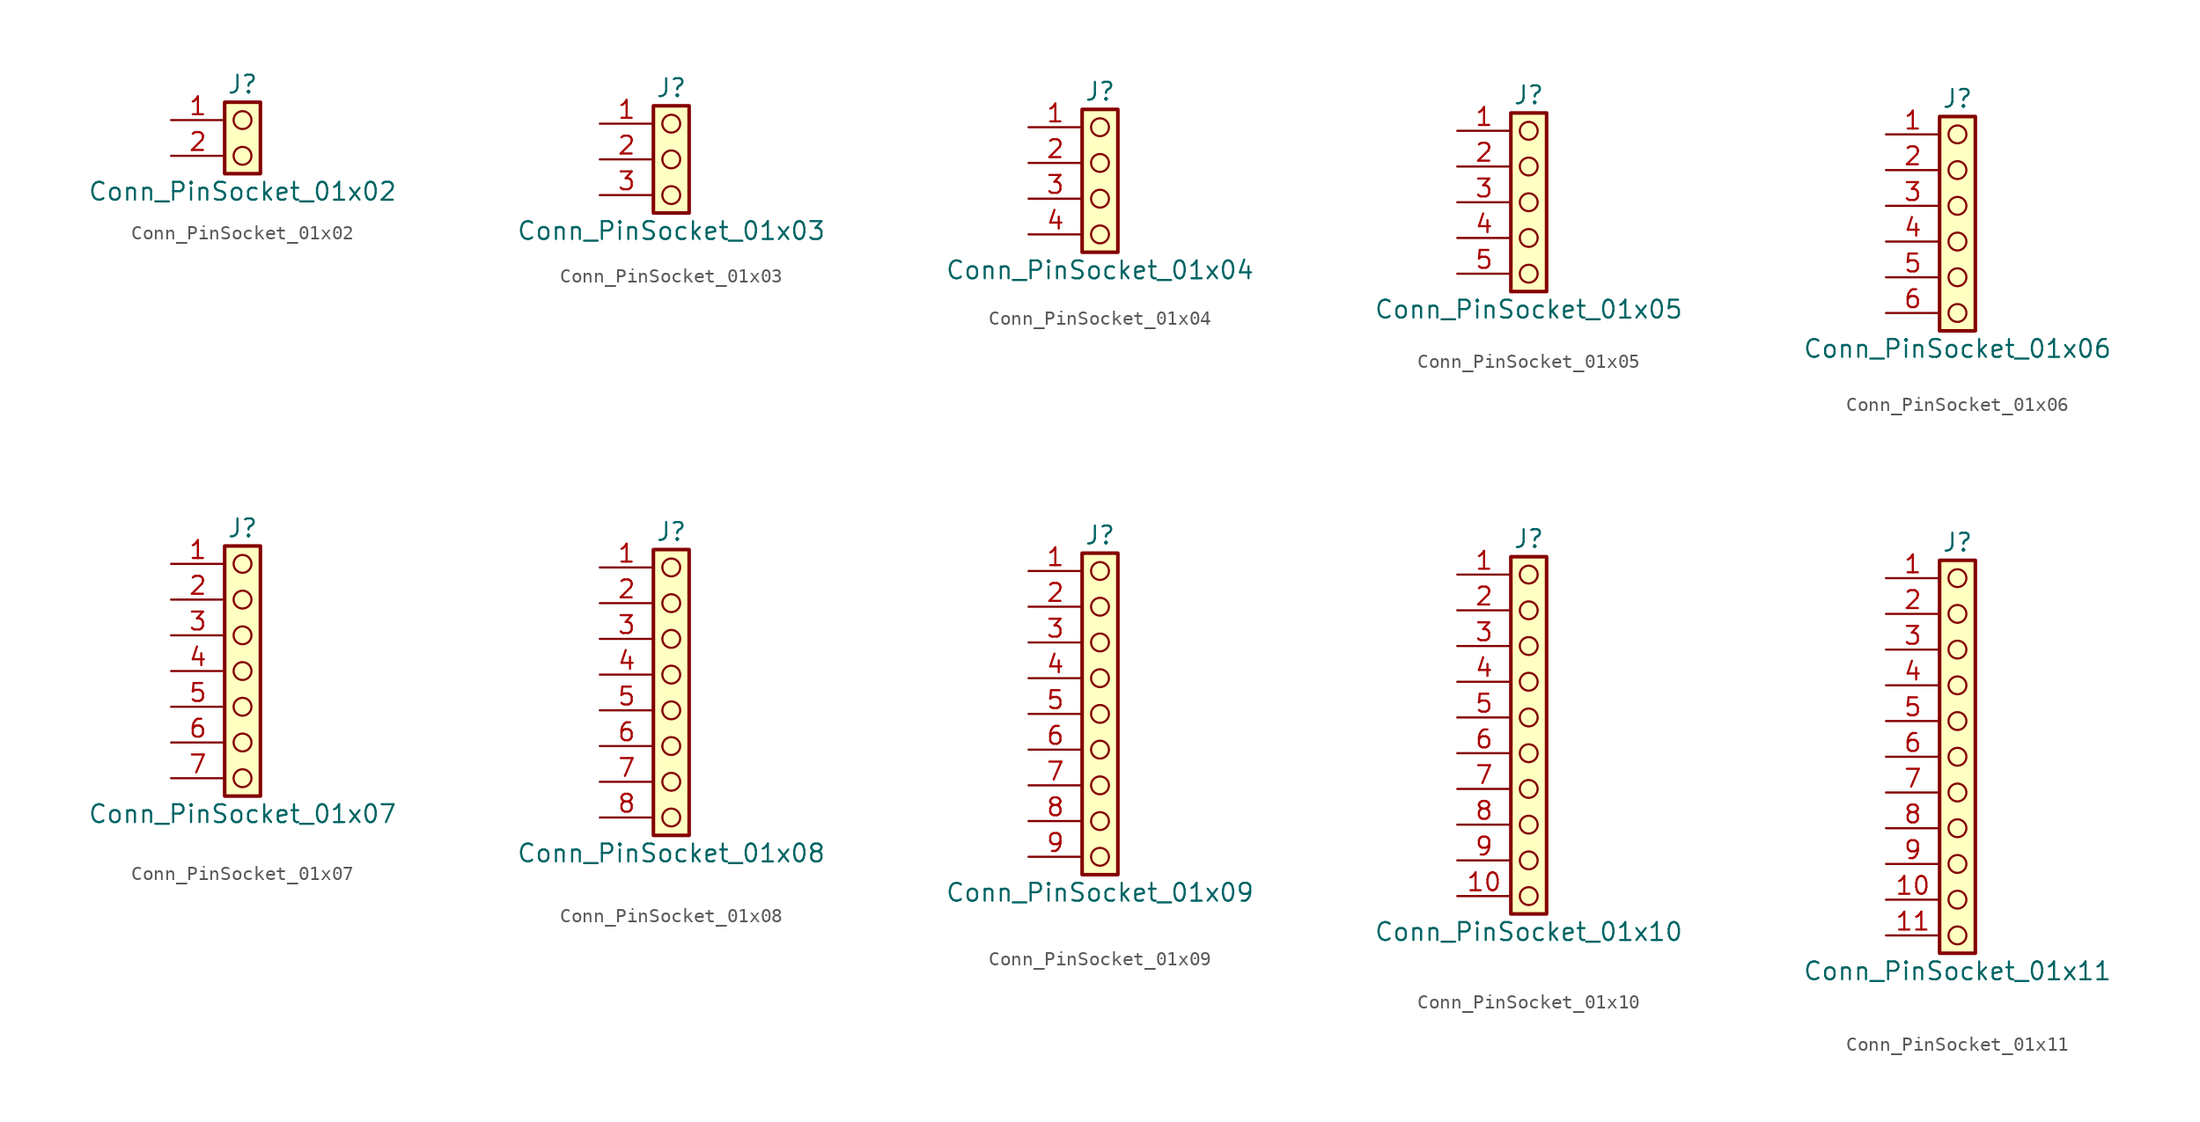
<source format=kicad_sym>
(kicad_symbol_lib
  (version 20241209)
  (generator "kicad_symbol_editor")
  (generator_version "9.0")
  (symbol "Conn_PinSocket_01x02"
    (pin_names
      (offset 1.016)
      (hide yes))
    (property "Reference" "J"
      (at 0 2.54 0)
      (effects (font (size 1.27 1.27))))
    (property "Value" "Conn_PinSocket_01x02"
      (at 0 -5.08 0)
      (effects (font (size 1.27 1.27))))
    (symbol "Conn_PinSocket_01x02_1_1"
      (rectangle (start -1.27 1.27) (end 1.27 -3.81) (stroke (width 0.254) (type default)) (fill (type background)))
      (circle (center 0 0) (radius 0.635) (stroke (width 0) (type solid) (color 132 0 0 1)) (fill (type none)))
      (circle (center 0 -2.54) (radius 0.635) (stroke (width 0) (type solid) (color 132 0 0 1)) (fill (type none)))
      (pin passive line (at -5.08 0 0) (length 3.81) (name "Pin_1" (effects (font (size 1.27 1.27)))) (number "1" (effects (font (size 1.27 1.27)))))
      (pin passive line (at -5.08 -2.54 0) (length 3.81) (name "Pin_2" (effects (font (size 1.27 1.27)))) (number "2" (effects (font (size 1.27 1.27)))))))
  (symbol "Conn_PinSocket_01x03"
    (pin_names
      (offset 1.016)
      (hide yes))
    (property "Reference" "J"
      (at 0 5.08 0)
      (effects (font (size 1.27 1.27))))
    (property "Value" "Conn_PinSocket_01x03"
      (at 0 -5.08 0)
      (effects (font (size 1.27 1.27))))
    (symbol "Conn_PinSocket_01x03_1_1"
      (rectangle (start -1.27 3.81) (end 1.27 -3.81) (stroke (width 0.254) (type default)) (fill (type background)))
      (circle (center 0 2.54) (radius 0.635) (stroke (width 0) (type solid) (color 132 0 0 1)) (fill (type none)))
      (circle (center 0 0) (radius 0.635) (stroke (width 0) (type solid) (color 132 0 0 1)) (fill (type none)))
      (circle (center 0 -2.54) (radius 0.635) (stroke (width 0) (type solid) (color 132 0 0 1)) (fill (type none)))
      (pin passive line (at -5.08 2.54 0) (length 3.81) (name "Pin_1" (effects (font (size 1.27 1.27)))) (number "1" (effects (font (size 1.27 1.27)))))
      (pin passive line (at -5.08 0 0) (length 3.81) (name "Pin_2" (effects (font (size 1.27 1.27)))) (number "2" (effects (font (size 1.27 1.27)))))
      (pin passive line (at -5.08 -2.54 0) (length 3.81) (name "Pin_3" (effects (font (size 1.27 1.27)))) (number "3" (effects (font (size 1.27 1.27)))))))
  (symbol "Conn_PinSocket_01x04"
    (pin_names
      (offset 1.016)
      (hide yes))
    (property "Reference" "J"
      (at 0 5.08 0)
      (effects (font (size 1.27 1.27))))
    (property "Value" "Conn_PinSocket_01x04"
      (at 0 -7.62 0)
      (effects (font (size 1.27 1.27))))
    (symbol "Conn_PinSocket_01x04_1_1"
      (rectangle (start -1.27 3.81) (end 1.27 -6.35) (stroke (width 0.254) (type default)) (fill (type background)))
      (circle (center 0 2.54) (radius 0.635) (stroke (width 0) (type solid) (color 132 0 0 1)) (fill (type none)))
      (circle (center 0 0) (radius 0.635) (stroke (width 0) (type solid) (color 132 0 0 1)) (fill (type none)))
      (circle (center 0 -2.54) (radius 0.635) (stroke (width 0) (type solid) (color 132 0 0 1)) (fill (type none)))
      (circle (center 0 -5.08) (radius 0.635) (stroke (width 0) (type solid) (color 132 0 0 1)) (fill (type none)))
      (pin passive line (at -5.08 2.54 0) (length 3.81) (name "Pin_1" (effects (font (size 1.27 1.27)))) (number "1" (effects (font (size 1.27 1.27)))))
      (pin passive line (at -5.08 0 0) (length 3.81) (name "Pin_2" (effects (font (size 1.27 1.27)))) (number "2" (effects (font (size 1.27 1.27)))))
      (pin passive line (at -5.08 -2.54 0) (length 3.81) (name "Pin_3" (effects (font (size 1.27 1.27)))) (number "3" (effects (font (size 1.27 1.27)))))
      (pin passive line (at -5.08 -5.08 0) (length 3.81) (name "Pin_4" (effects (font (size 1.27 1.27)))) (number "4" (effects (font (size 1.27 1.27)))))))
  (symbol "Conn_PinSocket_01x05"
    (pin_names
      (offset 1.016)
      (hide yes))
    (property "Reference" "J"
      (at 0 7.62 0)
      (effects (font (size 1.27 1.27))))
    (property "Value" "Conn_PinSocket_01x05"
      (at 0 -7.62 0)
      (effects (font (size 1.27 1.27))))
    (symbol "Conn_PinSocket_01x05_1_1"
      (rectangle (start -1.27 6.35) (end 1.27 -6.35) (stroke (width 0.254) (type default)) (fill (type background)))
      (circle (center 0 5.08) (radius 0.635) (stroke (width 0) (type solid) (color 132 0 0 1)) (fill (type none)))
      (circle (center 0 2.54) (radius 0.635) (stroke (width 0) (type solid) (color 132 0 0 1)) (fill (type none)))
      (circle (center 0 0) (radius 0.635) (stroke (width 0) (type solid) (color 132 0 0 1)) (fill (type none)))
      (circle (center 0 -2.54) (radius 0.635) (stroke (width 0) (type solid) (color 132 0 0 1)) (fill (type none)))
      (circle (center 0 -5.08) (radius 0.635) (stroke (width 0) (type solid) (color 132 0 0 1)) (fill (type none)))
      (pin passive line (at -5.08 5.08 0) (length 3.81) (name "Pin_1" (effects (font (size 1.27 1.27)))) (number "1" (effects (font (size 1.27 1.27)))))
      (pin passive line (at -5.08 2.54 0) (length 3.81) (name "Pin_2" (effects (font (size 1.27 1.27)))) (number "2" (effects (font (size 1.27 1.27)))))
      (pin passive line (at -5.08 0 0) (length 3.81) (name "Pin_3" (effects (font (size 1.27 1.27)))) (number "3" (effects (font (size 1.27 1.27)))))
      (pin passive line (at -5.08 -2.54 0) (length 3.81) (name "Pin_4" (effects (font (size 1.27 1.27)))) (number "4" (effects (font (size 1.27 1.27)))))
      (pin passive line (at -5.08 -5.08 0) (length 3.81) (name "Pin_5" (effects (font (size 1.27 1.27)))) (number "5" (effects (font (size 1.27 1.27)))))))
  (symbol "Conn_PinSocket_01x06"
    (pin_names
      (offset 1.016)
      (hide yes))
    (property "Reference" "J"
      (at 0 7.62 0)
      (effects (font (size 1.27 1.27))))
    (property "Value" "Conn_PinSocket_01x06"
      (at 0 -10.16 0)
      (effects (font (size 1.27 1.27))))
    (symbol "Conn_PinSocket_01x06_1_1"
      (rectangle (start -1.27 6.35) (end 1.27 -8.89) (stroke (width 0.254) (type default)) (fill (type background)))
      (circle (center 0 5.08) (radius 0.635) (stroke (width 0) (type solid) (color 132 0 0 1)) (fill (type none)))
      (circle (center 0 2.54) (radius 0.635) (stroke (width 0) (type solid) (color 132 0 0 1)) (fill (type none)))
      (circle (center 0 0) (radius 0.635) (stroke (width 0) (type solid) (color 132 0 0 1)) (fill (type none)))
      (circle (center 0 -2.54) (radius 0.635) (stroke (width 0) (type solid) (color 132 0 0 1)) (fill (type none)))
      (circle (center 0 -5.08) (radius 0.635) (stroke (width 0) (type solid) (color 132 0 0 1)) (fill (type none)))
      (circle (center 0 -7.62) (radius 0.635) (stroke (width 0) (type solid) (color 132 0 0 1)) (fill (type none)))
      (pin passive line (at -5.08 5.08 0) (length 3.81) (name "Pin_1" (effects (font (size 1.27 1.27)))) (number "1" (effects (font (size 1.27 1.27)))))
      (pin passive line (at -5.08 2.54 0) (length 3.81) (name "Pin_2" (effects (font (size 1.27 1.27)))) (number "2" (effects (font (size 1.27 1.27)))))
      (pin passive line (at -5.08 0 0) (length 3.81) (name "Pin_3" (effects (font (size 1.27 1.27)))) (number "3" (effects (font (size 1.27 1.27)))))
      (pin passive line (at -5.08 -2.54 0) (length 3.81) (name "Pin_4" (effects (font (size 1.27 1.27)))) (number "4" (effects (font (size 1.27 1.27)))))
      (pin passive line (at -5.08 -5.08 0) (length 3.81) (name "Pin_5" (effects (font (size 1.27 1.27)))) (number "5" (effects (font (size 1.27 1.27)))))
      (pin passive line (at -5.08 -7.62 0) (length 3.81) (name "Pin_6" (effects (font (size 1.27 1.27)))) (number "6" (effects (font (size 1.27 1.27)))))))
  (symbol "Conn_PinSocket_01x07"
    (pin_names
      (offset 1.016)
      (hide yes))
    (property "Reference" "J"
      (at 0 10.16 0)
      (effects (font (size 1.27 1.27))))
    (property "Value" "Conn_PinSocket_01x07"
      (at 0 -10.16 0)
      (effects (font (size 1.27 1.27))))
    (symbol "Conn_PinSocket_01x07_1_1"
      (rectangle (start -1.27 8.89) (end 1.27 -8.89) (stroke (width 0.254) (type default)) (fill (type background)))
      (circle (center 0 7.62) (radius 0.635) (stroke (width 0) (type solid) (color 132 0 0 1)) (fill (type none)))
      (circle (center 0 5.08) (radius 0.635) (stroke (width 0) (type solid) (color 132 0 0 1)) (fill (type none)))
      (circle (center 0 2.54) (radius 0.635) (stroke (width 0) (type solid) (color 132 0 0 1)) (fill (type none)))
      (circle (center 0 0) (radius 0.635) (stroke (width 0) (type solid) (color 132 0 0 1)) (fill (type none)))
      (circle (center 0 -2.54) (radius 0.635) (stroke (width 0) (type solid) (color 132 0 0 1)) (fill (type none)))
      (circle (center 0 -5.08) (radius 0.635) (stroke (width 0) (type solid) (color 132 0 0 1)) (fill (type none)))
      (circle (center 0 -7.62) (radius 0.635) (stroke (width 0) (type solid) (color 132 0 0 1)) (fill (type none)))
      (pin passive line (at -5.08 7.62 0) (length 3.81) (name "Pin_1" (effects (font (size 1.27 1.27)))) (number "1" (effects (font (size 1.27 1.27)))))
      (pin passive line (at -5.08 5.08 0) (length 3.81) (name "Pin_2" (effects (font (size 1.27 1.27)))) (number "2" (effects (font (size 1.27 1.27)))))
      (pin passive line (at -5.08 2.54 0) (length 3.81) (name "Pin_3" (effects (font (size 1.27 1.27)))) (number "3" (effects (font (size 1.27 1.27)))))
      (pin passive line (at -5.08 0 0) (length 3.81) (name "Pin_4" (effects (font (size 1.27 1.27)))) (number "4" (effects (font (size 1.27 1.27)))))
      (pin passive line (at -5.08 -2.54 0) (length 3.81) (name "Pin_5" (effects (font (size 1.27 1.27)))) (number "5" (effects (font (size 1.27 1.27)))))
      (pin passive line (at -5.08 -5.08 0) (length 3.81) (name "Pin_6" (effects (font (size 1.27 1.27)))) (number "6" (effects (font (size 1.27 1.27)))))
      (pin passive line (at -5.08 -7.62 0) (length 3.81) (name "Pin_7" (effects (font (size 1.27 1.27)))) (number "7" (effects (font (size 1.27 1.27)))))))
  (symbol "Conn_PinSocket_01x08"
    (pin_names
      (offset 1.016)
      (hide yes))
    (property "Reference" "J"
      (at 0 10.16 0)
      (effects (font (size 1.27 1.27))))
    (property "Value" "Conn_PinSocket_01x08"
      (at 0 -12.7 0)
      (effects (font (size 1.27 1.27))))
    (symbol "Conn_PinSocket_01x08_1_1"
      (rectangle (start -1.27 8.89) (end 1.27 -11.43) (stroke (width 0.254) (type default)) (fill (type background)))
      (circle (center 0 7.62) (radius 0.635) (stroke (width 0) (type solid) (color 132 0 0 1)) (fill (type none)))
      (circle (center 0 5.08) (radius 0.635) (stroke (width 0) (type solid) (color 132 0 0 1)) (fill (type none)))
      (circle (center 0 2.54) (radius 0.635) (stroke (width 0) (type solid) (color 132 0 0 1)) (fill (type none)))
      (circle (center 0 0) (radius 0.635) (stroke (width 0) (type solid) (color 132 0 0 1)) (fill (type none)))
      (circle (center 0 -2.54) (radius 0.635) (stroke (width 0) (type solid) (color 132 0 0 1)) (fill (type none)))
      (circle (center 0 -5.08) (radius 0.635) (stroke (width 0) (type solid) (color 132 0 0 1)) (fill (type none)))
      (circle (center 0 -7.62) (radius 0.635) (stroke (width 0) (type solid) (color 132 0 0 1)) (fill (type none)))
      (circle (center 0 -10.16) (radius 0.635) (stroke (width 0) (type solid) (color 132 0 0 1)) (fill (type none)))
      (pin passive line (at -5.08 7.62 0) (length 3.81) (name "Pin_1" (effects (font (size 1.27 1.27)))) (number "1" (effects (font (size 1.27 1.27)))))
      (pin passive line (at -5.08 5.08 0) (length 3.81) (name "Pin_2" (effects (font (size 1.27 1.27)))) (number "2" (effects (font (size 1.27 1.27)))))
      (pin passive line (at -5.08 2.54 0) (length 3.81) (name "Pin_3" (effects (font (size 1.27 1.27)))) (number "3" (effects (font (size 1.27 1.27)))))
      (pin passive line (at -5.08 0 0) (length 3.81) (name "Pin_4" (effects (font (size 1.27 1.27)))) (number "4" (effects (font (size 1.27 1.27)))))
      (pin passive line (at -5.08 -2.54 0) (length 3.81) (name "Pin_5" (effects (font (size 1.27 1.27)))) (number "5" (effects (font (size 1.27 1.27)))))
      (pin passive line (at -5.08 -5.08 0) (length 3.81) (name "Pin_6" (effects (font (size 1.27 1.27)))) (number "6" (effects (font (size 1.27 1.27)))))
      (pin passive line (at -5.08 -7.62 0) (length 3.81) (name "Pin_7" (effects (font (size 1.27 1.27)))) (number "7" (effects (font (size 1.27 1.27)))))
      (pin passive line (at -5.08 -10.16 0) (length 3.81) (name "Pin_8" (effects (font (size 1.27 1.27)))) (number "8" (effects (font (size 1.27 1.27)))))))
  (symbol "Conn_PinSocket_01x09"
    (pin_names
      (offset 1.016)
      (hide yes))
    (property "Reference" "J"
      (at 0 12.7 0)
      (effects (font (size 1.27 1.27))))
    (property "Value" "Conn_PinSocket_01x09"
      (at 0 -12.7 0)
      (effects (font (size 1.27 1.27))))
    (symbol "Conn_PinSocket_01x09_1_1"
      (rectangle (start -1.27 11.43) (end 1.27 -11.43) (stroke (width 0.254) (type default)) (fill (type background)))
      (circle (center 0 10.16) (radius 0.635) (stroke (width 0) (type solid) (color 132 0 0 1)) (fill (type none)))
      (circle (center 0 7.62) (radius 0.635) (stroke (width 0) (type solid) (color 132 0 0 1)) (fill (type none)))
      (circle (center 0 5.08) (radius 0.635) (stroke (width 0) (type solid) (color 132 0 0 1)) (fill (type none)))
      (circle (center 0 2.54) (radius 0.635) (stroke (width 0) (type solid) (color 132 0 0 1)) (fill (type none)))
      (circle (center 0 0) (radius 0.635) (stroke (width 0) (type solid) (color 132 0 0 1)) (fill (type none)))
      (circle (center 0 -2.54) (radius 0.635) (stroke (width 0) (type solid) (color 132 0 0 1)) (fill (type none)))
      (circle (center 0 -5.08) (radius 0.635) (stroke (width 0) (type solid) (color 132 0 0 1)) (fill (type none)))
      (circle (center 0 -7.62) (radius 0.635) (stroke (width 0) (type solid) (color 132 0 0 1)) (fill (type none)))
      (circle (center 0 -10.16) (radius 0.635) (stroke (width 0) (type solid) (color 132 0 0 1)) (fill (type none)))
      (pin passive line (at -5.08 10.16 0) (length 3.81) (name "Pin_1" (effects (font (size 1.27 1.27)))) (number "1" (effects (font (size 1.27 1.27)))))
      (pin passive line (at -5.08 7.62 0) (length 3.81) (name "Pin_2" (effects (font (size 1.27 1.27)))) (number "2" (effects (font (size 1.27 1.27)))))
      (pin passive line (at -5.08 5.08 0) (length 3.81) (name "Pin_3" (effects (font (size 1.27 1.27)))) (number "3" (effects (font (size 1.27 1.27)))))
      (pin passive line (at -5.08 2.54 0) (length 3.81) (name "Pin_4" (effects (font (size 1.27 1.27)))) (number "4" (effects (font (size 1.27 1.27)))))
      (pin passive line (at -5.08 0 0) (length 3.81) (name "Pin_5" (effects (font (size 1.27 1.27)))) (number "5" (effects (font (size 1.27 1.27)))))
      (pin passive line (at -5.08 -2.54 0) (length 3.81) (name "Pin_6" (effects (font (size 1.27 1.27)))) (number "6" (effects (font (size 1.27 1.27)))))
      (pin passive line (at -5.08 -5.08 0) (length 3.81) (name "Pin_7" (effects (font (size 1.27 1.27)))) (number "7" (effects (font (size 1.27 1.27)))))
      (pin passive line (at -5.08 -7.62 0) (length 3.81) (name "Pin_8" (effects (font (size 1.27 1.27)))) (number "8" (effects (font (size 1.27 1.27)))))
      (pin passive line (at -5.08 -10.16 0) (length 3.81) (name "Pin_9" (effects (font (size 1.27 1.27)))) (number "9" (effects (font (size 1.27 1.27)))))))
  (symbol "Conn_PinSocket_01x10"
    (pin_names
      (offset 1.016)
      (hide yes))
    (property "Reference" "J"
      (at 0 12.7 0)
      (effects (font (size 1.27 1.27))))
    (property "Value" "Conn_PinSocket_01x10"
      (at 0 -15.24 0)
      (effects (font (size 1.27 1.27))))
    (symbol "Conn_PinSocket_01x10_1_1"
      (rectangle (start -1.27 11.43) (end 1.27 -13.97) (stroke (width 0.254) (type default)) (fill (type background)))
      (circle (center 0 10.16) (radius 0.635) (stroke (width 0) (type solid) (color 132 0 0 1)) (fill (type none)))
      (circle (center 0 7.62) (radius 0.635) (stroke (width 0) (type solid) (color 132 0 0 1)) (fill (type none)))
      (circle (center 0 5.08) (radius 0.635) (stroke (width 0) (type solid) (color 132 0 0 1)) (fill (type none)))
      (circle (center 0 2.54) (radius 0.635) (stroke (width 0) (type solid) (color 132 0 0 1)) (fill (type none)))
      (circle (center 0 0) (radius 0.635) (stroke (width 0) (type solid) (color 132 0 0 1)) (fill (type none)))
      (circle (center 0 -2.54) (radius 0.635) (stroke (width 0) (type solid) (color 132 0 0 1)) (fill (type none)))
      (circle (center 0 -5.08) (radius 0.635) (stroke (width 0) (type solid) (color 132 0 0 1)) (fill (type none)))
      (circle (center 0 -7.62) (radius 0.635) (stroke (width 0) (type solid) (color 132 0 0 1)) (fill (type none)))
      (circle (center 0 -10.16) (radius 0.635) (stroke (width 0) (type solid) (color 132 0 0 1)) (fill (type none)))
      (circle (center 0 -12.7) (radius 0.635) (stroke (width 0) (type solid) (color 132 0 0 1)) (fill (type none)))
      (pin passive line (at -5.08 10.16 0) (length 3.81) (name "Pin_1" (effects (font (size 1.27 1.27)))) (number "1" (effects (font (size 1.27 1.27)))))
      (pin passive line (at -5.08 7.62 0) (length 3.81) (name "Pin_2" (effects (font (size 1.27 1.27)))) (number "2" (effects (font (size 1.27 1.27)))))
      (pin passive line (at -5.08 5.08 0) (length 3.81) (name "Pin_3" (effects (font (size 1.27 1.27)))) (number "3" (effects (font (size 1.27 1.27)))))
      (pin passive line (at -5.08 2.54 0) (length 3.81) (name "Pin_4" (effects (font (size 1.27 1.27)))) (number "4" (effects (font (size 1.27 1.27)))))
      (pin passive line (at -5.08 0 0) (length 3.81) (name "Pin_5" (effects (font (size 1.27 1.27)))) (number "5" (effects (font (size 1.27 1.27)))))
      (pin passive line (at -5.08 -2.54 0) (length 3.81) (name "Pin_6" (effects (font (size 1.27 1.27)))) (number "6" (effects (font (size 1.27 1.27)))))
      (pin passive line (at -5.08 -5.08 0) (length 3.81) (name "Pin_7" (effects (font (size 1.27 1.27)))) (number "7" (effects (font (size 1.27 1.27)))))
      (pin passive line (at -5.08 -7.62 0) (length 3.81) (name "Pin_8" (effects (font (size 1.27 1.27)))) (number "8" (effects (font (size 1.27 1.27)))))
      (pin passive line (at -5.08 -10.16 0) (length 3.81) (name "Pin_9" (effects (font (size 1.27 1.27)))) (number "9" (effects (font (size 1.27 1.27)))))
      (pin passive line (at -5.08 -12.7 0) (length 3.81) (name "Pin_10" (effects (font (size 1.27 1.27)))) (number "10" (effects (font (size 1.27 1.27)))))))
  (symbol "Conn_PinSocket_01x11"
    (pin_names
      (offset 1.016)
      (hide yes))
    (property "Reference" "J"
      (at 0 15.24 0)
      (effects (font (size 1.27 1.27))))
    (property "Value" "Conn_PinSocket_01x11"
      (at 0 -15.24 0)
      (effects (font (size 1.27 1.27))))
    (symbol "Conn_PinSocket_01x11_1_1"
      (rectangle (start -1.27 13.97) (end 1.27 -13.97) (stroke (width 0.254) (type default)) (fill (type background)))
      (circle (center 0 12.7) (radius 0.635) (stroke (width 0) (type solid) (color 132 0 0 1)) (fill (type none)))
      (circle (center 0 10.16) (radius 0.635) (stroke (width 0) (type solid) (color 132 0 0 1)) (fill (type none)))
      (circle (center 0 7.62) (radius 0.635) (stroke (width 0) (type solid) (color 132 0 0 1)) (fill (type none)))
      (circle (center 0 5.08) (radius 0.635) (stroke (width 0) (type solid) (color 132 0 0 1)) (fill (type none)))
      (circle (center 0 2.54) (radius 0.635) (stroke (width 0) (type solid) (color 132 0 0 1)) (fill (type none)))
      (circle (center 0 0) (radius 0.635) (stroke (width 0) (type solid) (color 132 0 0 1)) (fill (type none)))
      (circle (center 0 -2.54) (radius 0.635) (stroke (width 0) (type solid) (color 132 0 0 1)) (fill (type none)))
      (circle (center 0 -5.08) (radius 0.635) (stroke (width 0) (type solid) (color 132 0 0 1)) (fill (type none)))
      (circle (center 0 -7.62) (radius 0.635) (stroke (width 0) (type solid) (color 132 0 0 1)) (fill (type none)))
      (circle (center 0 -10.16) (radius 0.635) (stroke (width 0) (type solid) (color 132 0 0 1)) (fill (type none)))
      (circle (center 0 -12.7) (radius 0.635) (stroke (width 0) (type solid) (color 132 0 0 1)) (fill (type none)))
      (pin passive line (at -5.08 12.7 0) (length 3.81) (name "Pin_1" (effects (font (size 1.27 1.27)))) (number "1" (effects (font (size 1.27 1.27)))))
      (pin passive line (at -5.08 10.16 0) (length 3.81) (name "Pin_2" (effects (font (size 1.27 1.27)))) (number "2" (effects (font (size 1.27 1.27)))))
      (pin passive line (at -5.08 7.62 0) (length 3.81) (name "Pin_3" (effects (font (size 1.27 1.27)))) (number "3" (effects (font (size 1.27 1.27)))))
      (pin passive line (at -5.08 5.08 0) (length 3.81) (name "Pin_4" (effects (font (size 1.27 1.27)))) (number "4" (effects (font (size 1.27 1.27)))))
      (pin passive line (at -5.08 2.54 0) (length 3.81) (name "Pin_5" (effects (font (size 1.27 1.27)))) (number "5" (effects (font (size 1.27 1.27)))))
      (pin passive line (at -5.08 0 0) (length 3.81) (name "Pin_6" (effects (font (size 1.27 1.27)))) (number "6" (effects (font (size 1.27 1.27)))))
      (pin passive line (at -5.08 -2.54 0) (length 3.81) (name "Pin_7" (effects (font (size 1.27 1.27)))) (number "7" (effects (font (size 1.27 1.27)))))
      (pin passive line (at -5.08 -5.08 0) (length 3.81) (name "Pin_8" (effects (font (size 1.27 1.27)))) (number "8" (effects (font (size 1.27 1.27)))))
      (pin passive line (at -5.08 -7.62 0) (length 3.81) (name "Pin_9" (effects (font (size 1.27 1.27)))) (number "9" (effects (font (size 1.27 1.27)))))
      (pin passive line (at -5.08 -10.16 0) (length 3.81) (name "Pin_10" (effects (font (size 1.27 1.27)))) (number "10" (effects (font (size 1.27 1.27)))))
      (pin passive line (at -5.08 -12.7 0) (length 3.81) (name "Pin_11" (effects (font (size 1.27 1.27)))) (number "11" (effects (font (size 1.27 1.27))))))))
</source>
